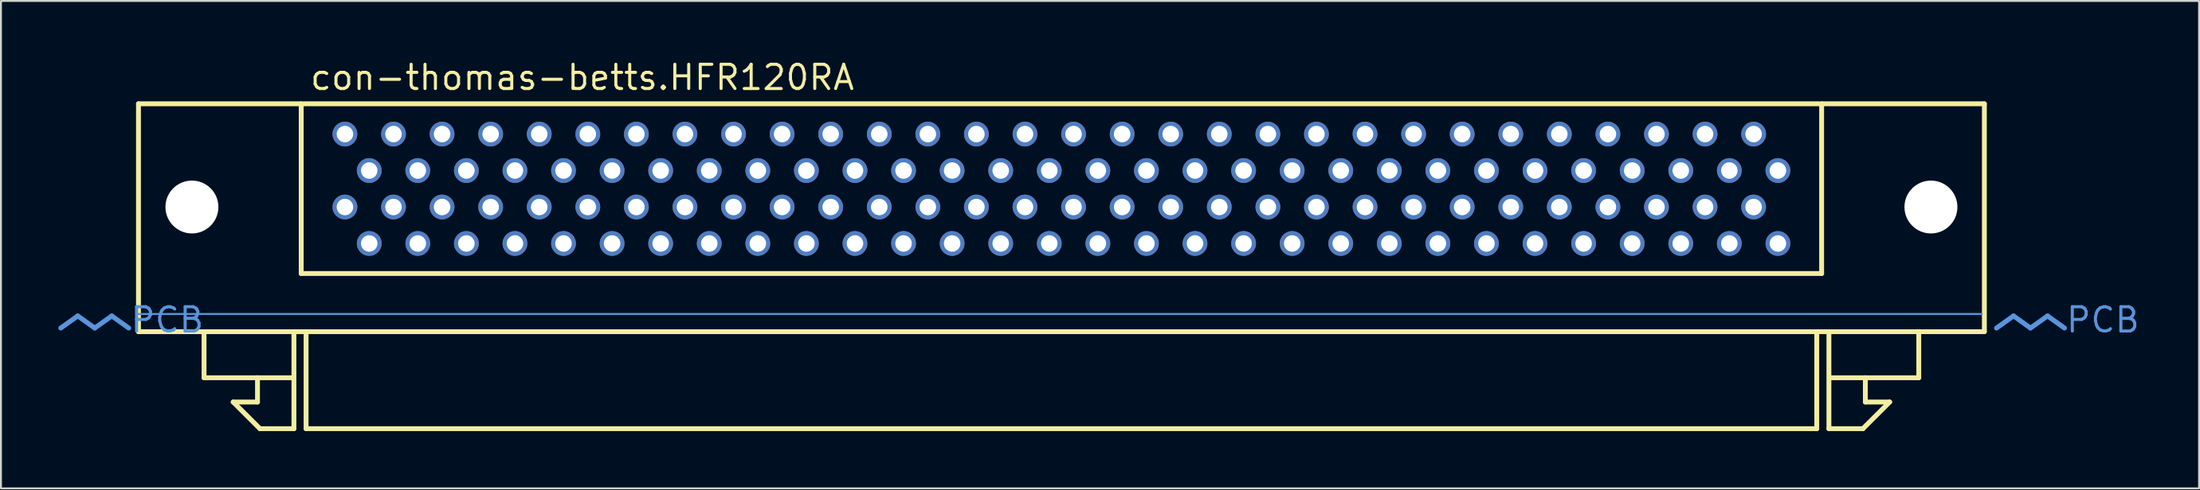
<source format=kicad_pcb>
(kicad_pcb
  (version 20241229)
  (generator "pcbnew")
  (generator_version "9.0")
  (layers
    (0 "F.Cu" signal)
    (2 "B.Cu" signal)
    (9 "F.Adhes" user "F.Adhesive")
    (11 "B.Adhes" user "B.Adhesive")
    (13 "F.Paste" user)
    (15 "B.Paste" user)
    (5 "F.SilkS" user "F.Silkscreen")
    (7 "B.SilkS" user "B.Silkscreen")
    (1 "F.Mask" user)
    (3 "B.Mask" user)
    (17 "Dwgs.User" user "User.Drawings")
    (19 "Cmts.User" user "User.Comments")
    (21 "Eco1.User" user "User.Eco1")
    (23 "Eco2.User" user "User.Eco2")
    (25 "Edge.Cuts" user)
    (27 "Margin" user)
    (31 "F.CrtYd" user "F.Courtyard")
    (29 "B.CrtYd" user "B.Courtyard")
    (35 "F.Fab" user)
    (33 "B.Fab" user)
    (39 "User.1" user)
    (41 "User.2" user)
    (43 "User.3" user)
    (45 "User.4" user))
  (footprint "con-thomas-betts.HFR120RA"
    (layer "F.Cu")
    (at 52.451 12.863)
    (property "Reference" "con-thomas-betts.HFR120RA" (at -39.37 -11.113 0) (layer "F.SilkS") (effects (font (size 1.27 1.27) (thickness 0.16)) (justify left bottom)))
    (attr through_hole)
    (fp_line (start -48.26 -10.477) (end -39.751 -10.477) (stroke (width 0.254) (type default)) (layer "F.SilkS"))
    (fp_line (start -48.26 1.46) (end -48.26 -10.477) (stroke (width 0.254) (type default)) (layer "F.SilkS"))
    (fp_line (start -44.831 3.873) (end -44.831 1.587) (stroke (width 0.254) (type default)) (layer "F.SilkS"))
    (fp_line (start -43.307 5.144) (end -42.037 5.144) (stroke (width 0.254) (type default)) (layer "F.SilkS"))
    (fp_line (start -42.037 3.873) (end -44.831 3.873) (stroke (width 0.254) (type default)) (layer "F.SilkS"))
    (fp_line (start -42.037 3.873) (end -40.259 3.873) (stroke (width 0.254) (type default)) (layer "F.SilkS"))
    (fp_line (start -42.037 5.144) (end -42.037 3.873) (stroke (width 0.254) (type default)) (layer "F.SilkS"))
    (fp_line (start -41.91 6.54) (end -43.307 5.144) (stroke (width 0.254) (type default)) (layer "F.SilkS"))
    (fp_line (start -40.132 1.587) (end -40.132 6.54) (stroke (width 0.254) (type default)) (layer "F.SilkS"))
    (fp_line (start -40.132 6.54) (end -41.91 6.54) (stroke (width 0.254) (type default)) (layer "F.SilkS"))
    (fp_line (start -39.751 -10.477) (end -39.751 -1.587) (stroke (width 0.254) (type default)) (layer "F.SilkS"))
    (fp_line (start -39.751 -1.587) (end 39.751 -1.587) (stroke (width 0.254) (type default)) (layer "F.SilkS"))
    (fp_line (start -39.624 -10.477) (end 39.624 -10.477) (stroke (width 0.254) (type default)) (layer "F.SilkS"))
    (fp_line (start -39.497 6.54) (end -39.497 1.587) (stroke (width 0.254) (type default)) (layer "F.SilkS"))
    (fp_line (start 39.497 1.587) (end 39.497 6.54) (stroke (width 0.254) (type default)) (layer "F.SilkS"))
    (fp_line (start 39.497 6.54) (end -39.497 6.54) (stroke (width 0.254) (type default)) (layer "F.SilkS"))
    (fp_line (start 39.751 -10.477) (end 48.26 -10.477) (stroke (width 0.254) (type default)) (layer "F.SilkS"))
    (fp_line (start 39.751 -1.587) (end 39.751 -10.477) (stroke (width 0.254) (type default)) (layer "F.SilkS"))
    (fp_line (start 40.132 1.587) (end 40.132 6.54) (stroke (width 0.254) (type default)) (layer "F.SilkS"))
    (fp_line (start 40.132 6.54) (end 41.91 6.54) (stroke (width 0.254) (type default)) (layer "F.SilkS"))
    (fp_line (start 41.91 6.54) (end 43.307 5.144) (stroke (width 0.254) (type default)) (layer "F.SilkS"))
    (fp_line (start 42.037 3.873) (end 40.259 3.873) (stroke (width 0.254) (type default)) (layer "F.SilkS"))
    (fp_line (start 42.037 3.873) (end 44.831 3.873) (stroke (width 0.254) (type default)) (layer "F.SilkS"))
    (fp_line (start 42.037 5.144) (end 42.037 3.873) (stroke (width 0.254) (type default)) (layer "F.SilkS"))
    (fp_line (start 43.307 5.144) (end 42.037 5.144) (stroke (width 0.254) (type default)) (layer "F.SilkS"))
    (fp_line (start 44.831 3.873) (end 44.831 1.587) (stroke (width 0.254) (type default)) (layer "F.SilkS"))
    (fp_line (start 48.26 -10.477) (end 48.26 1.46) (stroke (width 0.254) (type default)) (layer "F.SilkS"))
    (fp_line (start 48.26 1.46) (end -48.26 1.46) (stroke (width 0.254) (type default)) (layer "F.SilkS"))
    (fp_line (start -51.435 0.635) (end -52.324 1.27) (stroke (width 0.254) (type default)) (layer "Cmts.User"))
    (fp_line (start -51.435 0.635) (end -50.546 1.27) (stroke (width 0.254) (type default)) (layer "Cmts.User"))
    (fp_line (start -49.657 0.635) (end -50.546 1.27) (stroke (width 0.254) (type default)) (layer "Cmts.User"))
    (fp_line (start -49.657 0.635) (end -48.768 1.27) (stroke (width 0.254) (type default)) (layer "Cmts.User"))
    (fp_line (start -48.26 0.533) (end 48.133 0.533) (stroke (width 0.1) (type default)) (layer "Cmts.User"))
    (fp_line (start 49.784 0.635) (end 48.895 1.27) (stroke (width 0.254) (type default)) (layer "Cmts.User"))
    (fp_line (start 49.784 0.635) (end 50.673 1.27) (stroke (width 0.254) (type default)) (layer "Cmts.User"))
    (fp_line (start 51.562 0.635) (end 50.673 1.27) (stroke (width 0.254) (type default)) (layer "Cmts.User"))
    (fp_line (start 51.562 0.635) (end 52.451 1.27) (stroke (width 0.254) (type default)) (layer "Cmts.User"))
    (fp_text user "PCB" (at -48.768 1.587 180) (layer "Cmts.User") (effects (font (size 1.27 1.27) (thickness 0.16)) (justify left bottom)))
    (fp_text user "PCB" (at 52.451 1.587 180) (layer "Cmts.User") (effects (font (size 1.27 1.27) (thickness 0.16)) (justify left bottom)))
    (pad "" np_thru_hole circle (at -45.466 -5.07) (size 2.769 2.769) (drill 2.769) (layers "*.Cu" "*.Mask"))
    (pad "" np_thru_hole circle (at 45.466 -5.07) (size 2.769 2.769) (drill 2.769) (layers "*.Cu" "*.Mask"))
    (pad "1" thru_hole circle (at 37.465 -6.98) (size 1.295 1.295) (drill 0.864) (layers "*.Cu" "*.Mask"))
    (pad "2" thru_hole circle (at 36.195 -8.89) (size 1.295 1.295) (drill 0.864) (layers "*.Cu" "*.Mask"))
    (pad "3" thru_hole circle (at 34.925 -6.98) (size 1.295 1.295) (drill 0.864) (layers "*.Cu" "*.Mask"))
    (pad "4" thru_hole circle (at 33.655 -8.89) (size 1.295 1.295) (drill 0.864) (layers "*.Cu" "*.Mask"))
    (pad "5" thru_hole circle (at 32.385 -6.98) (size 1.295 1.295) (drill 0.864) (layers "*.Cu" "*.Mask"))
    (pad "6" thru_hole circle (at 31.115 -8.89) (size 1.295 1.295) (drill 0.864) (layers "*.Cu" "*.Mask"))
    (pad "7" thru_hole circle (at 29.845 -6.98) (size 1.295 1.295) (drill 0.864) (layers "*.Cu" "*.Mask"))
    (pad "8" thru_hole circle (at 28.575 -8.89) (size 1.295 1.295) (drill 0.864) (layers "*.Cu" "*.Mask"))
    (pad "9" thru_hole circle (at 27.305 -6.98) (size 1.295 1.295) (drill 0.864) (layers "*.Cu" "*.Mask"))
    (pad "10" thru_hole circle (at 26.035 -8.89) (size 1.295 1.295) (drill 0.864) (layers "*.Cu" "*.Mask"))
    (pad "11" thru_hole circle (at 24.765 -6.98) (size 1.295 1.295) (drill 0.864) (layers "*.Cu" "*.Mask"))
    (pad "12" thru_hole circle (at 23.495 -8.89) (size 1.295 1.295) (drill 0.864) (layers "*.Cu" "*.Mask"))
    (pad "13" thru_hole circle (at 22.225 -6.98) (size 1.295 1.295) (drill 0.864) (layers "*.Cu" "*.Mask"))
    (pad "14" thru_hole circle (at 20.955 -8.89) (size 1.295 1.295) (drill 0.864) (layers "*.Cu" "*.Mask"))
    (pad "15" thru_hole circle (at 19.685 -6.98) (size 1.295 1.295) (drill 0.864) (layers "*.Cu" "*.Mask"))
    (pad "16" thru_hole circle (at 18.415 -8.89) (size 1.295 1.295) (drill 0.864) (layers "*.Cu" "*.Mask"))
    (pad "17" thru_hole circle (at 17.145 -6.98) (size 1.295 1.295) (drill 0.864) (layers "*.Cu" "*.Mask"))
    (pad "18" thru_hole circle (at 15.875 -8.89) (size 1.295 1.295) (drill 0.864) (layers "*.Cu" "*.Mask"))
    (pad "19" thru_hole circle (at 14.605 -6.98) (size 1.295 1.295) (drill 0.864) (layers "*.Cu" "*.Mask"))
    (pad "20" thru_hole circle (at 13.335 -8.89) (size 1.295 1.295) (drill 0.864) (layers "*.Cu" "*.Mask"))
    (pad "21" thru_hole circle (at 12.065 -6.98) (size 1.295 1.295) (drill 0.864) (layers "*.Cu" "*.Mask"))
    (pad "22" thru_hole circle (at 10.795 -8.89) (size 1.295 1.295) (drill 0.864) (layers "*.Cu" "*.Mask"))
    (pad "23" thru_hole circle (at 9.525 -6.98) (size 1.295 1.295) (drill 0.864) (layers "*.Cu" "*.Mask"))
    (pad "24" thru_hole circle (at 8.255 -8.89) (size 1.295 1.295) (drill 0.864) (layers "*.Cu" "*.Mask"))
    (pad "25" thru_hole circle (at 6.985 -6.98) (size 1.295 1.295) (drill 0.864) (layers "*.Cu" "*.Mask"))
    (pad "26" thru_hole circle (at 5.715 -8.89) (size 1.295 1.295) (drill 0.864) (layers "*.Cu" "*.Mask"))
    (pad "27" thru_hole circle (at 4.445 -6.98) (size 1.295 1.295) (drill 0.864) (layers "*.Cu" "*.Mask"))
    (pad "28" thru_hole circle (at 3.175 -8.89) (size 1.295 1.295) (drill 0.864) (layers "*.Cu" "*.Mask"))
    (pad "29" thru_hole circle (at 1.905 -6.98) (size 1.295 1.295) (drill 0.864) (layers "*.Cu" "*.Mask"))
    (pad "30" thru_hole circle (at 0.635 -8.89) (size 1.295 1.295) (drill 0.864) (layers "*.Cu" "*.Mask"))
    (pad "31" thru_hole circle (at -0.635 -6.98) (size 1.295 1.295) (drill 0.864) (layers "*.Cu" "*.Mask"))
    (pad "32" thru_hole circle (at -1.905 -8.89) (size 1.295 1.295) (drill 0.864) (layers "*.Cu" "*.Mask"))
    (pad "33" thru_hole circle (at -3.175 -6.98) (size 1.295 1.295) (drill 0.864) (layers "*.Cu" "*.Mask"))
    (pad "34" thru_hole circle (at -4.445 -8.89) (size 1.295 1.295) (drill 0.864) (layers "*.Cu" "*.Mask"))
    (pad "35" thru_hole circle (at -5.715 -6.98) (size 1.295 1.295) (drill 0.864) (layers "*.Cu" "*.Mask"))
    (pad "36" thru_hole circle (at -6.985 -8.89) (size 1.295 1.295) (drill 0.864) (layers "*.Cu" "*.Mask"))
    (pad "37" thru_hole circle (at -8.255 -6.98) (size 1.295 1.295) (drill 0.864) (layers "*.Cu" "*.Mask"))
    (pad "38" thru_hole circle (at -9.525 -8.89) (size 1.295 1.295) (drill 0.864) (layers "*.Cu" "*.Mask"))
    (pad "39" thru_hole circle (at -10.795 -6.98) (size 1.295 1.295) (drill 0.864) (layers "*.Cu" "*.Mask"))
    (pad "40" thru_hole circle (at -12.065 -8.89) (size 1.295 1.295) (drill 0.864) (layers "*.Cu" "*.Mask"))
    (pad "41" thru_hole circle (at -13.335 -6.98) (size 1.295 1.295) (drill 0.864) (layers "*.Cu" "*.Mask"))
    (pad "42" thru_hole circle (at -14.605 -8.89) (size 1.295 1.295) (drill 0.864) (layers "*.Cu" "*.Mask"))
    (pad "43" thru_hole circle (at -15.875 -6.98) (size 1.295 1.295) (drill 0.864) (layers "*.Cu" "*.Mask"))
    (pad "44" thru_hole circle (at -17.145 -8.89) (size 1.295 1.295) (drill 0.864) (layers "*.Cu" "*.Mask"))
    (pad "45" thru_hole circle (at -18.415 -6.98) (size 1.295 1.295) (drill 0.864) (layers "*.Cu" "*.Mask"))
    (pad "46" thru_hole circle (at -19.685 -8.89) (size 1.295 1.295) (drill 0.864) (layers "*.Cu" "*.Mask"))
    (pad "47" thru_hole circle (at -20.955 -6.98) (size 1.295 1.295) (drill 0.864) (layers "*.Cu" "*.Mask"))
    (pad "48" thru_hole circle (at -22.225 -8.89) (size 1.295 1.295) (drill 0.864) (layers "*.Cu" "*.Mask"))
    (pad "49" thru_hole circle (at -23.495 -6.98) (size 1.295 1.295) (drill 0.864) (layers "*.Cu" "*.Mask"))
    (pad "50" thru_hole circle (at -24.765 -8.89) (size 1.295 1.295) (drill 0.864) (layers "*.Cu" "*.Mask"))
    (pad "51" thru_hole circle (at -26.035 -6.98) (size 1.295 1.295) (drill 0.864) (layers "*.Cu" "*.Mask"))
    (pad "52" thru_hole circle (at -27.305 -8.89) (size 1.295 1.295) (drill 0.864) (layers "*.Cu" "*.Mask"))
    (pad "53" thru_hole circle (at -28.575 -6.98) (size 1.295 1.295) (drill 0.864) (layers "*.Cu" "*.Mask"))
    (pad "54" thru_hole circle (at -29.845 -8.89) (size 1.295 1.295) (drill 0.864) (layers "*.Cu" "*.Mask"))
    (pad "55" thru_hole circle (at -31.115 -6.98) (size 1.295 1.295) (drill 0.864) (layers "*.Cu" "*.Mask"))
    (pad "56" thru_hole circle (at -32.385 -8.89) (size 1.295 1.295) (drill 0.864) (layers "*.Cu" "*.Mask"))
    (pad "57" thru_hole circle (at -33.655 -6.98) (size 1.295 1.295) (drill 0.864) (layers "*.Cu" "*.Mask"))
    (pad "58" thru_hole circle (at -34.925 -8.89) (size 1.295 1.295) (drill 0.864) (layers "*.Cu" "*.Mask"))
    (pad "59" thru_hole circle (at -36.195 -6.98) (size 1.295 1.295) (drill 0.864) (layers "*.Cu" "*.Mask"))
    (pad "60" thru_hole circle (at -37.465 -8.89) (size 1.295 1.295) (drill 0.864) (layers "*.Cu" "*.Mask"))
    (pad "61" thru_hole circle (at 37.465 -3.16) (size 1.295 1.295) (drill 0.864) (layers "*.Cu" "*.Mask"))
    (pad "62" thru_hole circle (at 36.195 -5.07) (size 1.295 1.295) (drill 0.864) (layers "*.Cu" "*.Mask"))
    (pad "63" thru_hole circle (at 34.925 -3.16) (size 1.295 1.295) (drill 0.864) (layers "*.Cu" "*.Mask"))
    (pad "64" thru_hole circle (at 33.655 -5.07) (size 1.295 1.295) (drill 0.864) (layers "*.Cu" "*.Mask"))
    (pad "65" thru_hole circle (at 32.385 -3.16) (size 1.295 1.295) (drill 0.864) (layers "*.Cu" "*.Mask"))
    (pad "66" thru_hole circle (at 31.115 -5.07) (size 1.295 1.295) (drill 0.864) (layers "*.Cu" "*.Mask"))
    (pad "67" thru_hole circle (at 29.845 -3.16) (size 1.295 1.295) (drill 0.864) (layers "*.Cu" "*.Mask"))
    (pad "68" thru_hole circle (at 28.575 -5.07) (size 1.295 1.295) (drill 0.864) (layers "*.Cu" "*.Mask"))
    (pad "69" thru_hole circle (at 27.305 -3.16) (size 1.295 1.295) (drill 0.864) (layers "*.Cu" "*.Mask"))
    (pad "70" thru_hole circle (at 26.035 -5.07) (size 1.295 1.295) (drill 0.864) (layers "*.Cu" "*.Mask"))
    (pad "71" thru_hole circle (at 24.765 -3.16) (size 1.295 1.295) (drill 0.864) (layers "*.Cu" "*.Mask"))
    (pad "72" thru_hole circle (at 23.495 -5.07) (size 1.295 1.295) (drill 0.864) (layers "*.Cu" "*.Mask"))
    (pad "73" thru_hole circle (at 22.225 -3.16) (size 1.295 1.295) (drill 0.864) (layers "*.Cu" "*.Mask"))
    (pad "74" thru_hole circle (at 20.955 -5.07) (size 1.295 1.295) (drill 0.864) (layers "*.Cu" "*.Mask"))
    (pad "75" thru_hole circle (at 19.685 -3.16) (size 1.295 1.295) (drill 0.864) (layers "*.Cu" "*.Mask"))
    (pad "76" thru_hole circle (at 18.415 -5.07) (size 1.295 1.295) (drill 0.864) (layers "*.Cu" "*.Mask"))
    (pad "77" thru_hole circle (at 17.145 -3.16) (size 1.295 1.295) (drill 0.864) (layers "*.Cu" "*.Mask"))
    (pad "78" thru_hole circle (at 15.875 -5.07) (size 1.295 1.295) (drill 0.864) (layers "*.Cu" "*.Mask"))
    (pad "79" thru_hole circle (at 14.605 -3.16) (size 1.295 1.295) (drill 0.864) (layers "*.Cu" "*.Mask"))
    (pad "80" thru_hole circle (at 13.335 -5.07) (size 1.295 1.295) (drill 0.864) (layers "*.Cu" "*.Mask"))
    (pad "81" thru_hole circle (at 12.065 -3.16) (size 1.295 1.295) (drill 0.864) (layers "*.Cu" "*.Mask"))
    (pad "82" thru_hole circle (at 10.795 -5.07) (size 1.295 1.295) (drill 0.864) (layers "*.Cu" "*.Mask"))
    (pad "83" thru_hole circle (at 9.525 -3.16) (size 1.295 1.295) (drill 0.864) (layers "*.Cu" "*.Mask"))
    (pad "84" thru_hole circle (at 8.255 -5.07) (size 1.295 1.295) (drill 0.864) (layers "*.Cu" "*.Mask"))
    (pad "85" thru_hole circle (at 6.985 -3.16) (size 1.295 1.295) (drill 0.864) (layers "*.Cu" "*.Mask"))
    (pad "86" thru_hole circle (at 5.715 -5.07) (size 1.295 1.295) (drill 0.864) (layers "*.Cu" "*.Mask"))
    (pad "87" thru_hole circle (at 4.445 -3.16) (size 1.295 1.295) (drill 0.864) (layers "*.Cu" "*.Mask"))
    (pad "88" thru_hole circle (at 3.175 -5.07) (size 1.295 1.295) (drill 0.864) (layers "*.Cu" "*.Mask"))
    (pad "89" thru_hole circle (at 1.905 -3.16) (size 1.295 1.295) (drill 0.864) (layers "*.Cu" "*.Mask"))
    (pad "90" thru_hole circle (at 0.635 -5.07) (size 1.295 1.295) (drill 0.864) (layers "*.Cu" "*.Mask"))
    (pad "91" thru_hole circle (at -0.635 -3.16) (size 1.295 1.295) (drill 0.864) (layers "*.Cu" "*.Mask"))
    (pad "92" thru_hole circle (at -1.905 -5.07) (size 1.295 1.295) (drill 0.864) (layers "*.Cu" "*.Mask"))
    (pad "93" thru_hole circle (at -3.175 -3.16) (size 1.295 1.295) (drill 0.864) (layers "*.Cu" "*.Mask"))
    (pad "94" thru_hole circle (at -4.445 -5.07) (size 1.295 1.295) (drill 0.864) (layers "*.Cu" "*.Mask"))
    (pad "95" thru_hole circle (at -5.715 -3.16) (size 1.295 1.295) (drill 0.864) (layers "*.Cu" "*.Mask"))
    (pad "96" thru_hole circle (at -6.985 -5.07) (size 1.295 1.295) (drill 0.864) (layers "*.Cu" "*.Mask"))
    (pad "97" thru_hole circle (at -8.255 -3.16) (size 1.295 1.295) (drill 0.864) (layers "*.Cu" "*.Mask"))
    (pad "98" thru_hole circle (at -9.525 -5.07) (size 1.295 1.295) (drill 0.864) (layers "*.Cu" "*.Mask"))
    (pad "99" thru_hole circle (at -10.795 -3.16) (size 1.295 1.295) (drill 0.864) (layers "*.Cu" "*.Mask"))
    (pad "100" thru_hole circle (at -12.065 -5.07) (size 1.295 1.295) (drill 0.864) (layers "*.Cu" "*.Mask"))
    (pad "101" thru_hole circle (at -13.335 -3.16) (size 1.295 1.295) (drill 0.864) (layers "*.Cu" "*.Mask"))
    (pad "102" thru_hole circle (at -14.605 -5.07) (size 1.295 1.295) (drill 0.864) (layers "*.Cu" "*.Mask"))
    (pad "103" thru_hole circle (at -15.875 -3.16) (size 1.295 1.295) (drill 0.864) (layers "*.Cu" "*.Mask"))
    (pad "104" thru_hole circle (at -17.145 -5.07) (size 1.295 1.295) (drill 0.864) (layers "*.Cu" "*.Mask"))
    (pad "105" thru_hole circle (at -18.415 -3.16) (size 1.295 1.295) (drill 0.864) (layers "*.Cu" "*.Mask"))
    (pad "106" thru_hole circle (at -19.685 -5.07) (size 1.295 1.295) (drill 0.864) (layers "*.Cu" "*.Mask"))
    (pad "107" thru_hole circle (at -20.955 -3.16) (size 1.295 1.295) (drill 0.864) (layers "*.Cu" "*.Mask"))
    (pad "108" thru_hole circle (at -22.225 -5.07) (size 1.295 1.295) (drill 0.864) (layers "*.Cu" "*.Mask"))
    (pad "109" thru_hole circle (at -23.495 -3.16) (size 1.295 1.295) (drill 0.864) (layers "*.Cu" "*.Mask"))
    (pad "110" thru_hole circle (at -24.765 -5.07) (size 1.295 1.295) (drill 0.864) (layers "*.Cu" "*.Mask"))
    (pad "111" thru_hole circle (at -26.035 -3.16) (size 1.295 1.295) (drill 0.864) (layers "*.Cu" "*.Mask"))
    (pad "112" thru_hole circle (at -27.305 -5.07) (size 1.295 1.295) (drill 0.864) (layers "*.Cu" "*.Mask"))
    (pad "113" thru_hole circle (at -28.575 -3.16) (size 1.295 1.295) (drill 0.864) (layers "*.Cu" "*.Mask"))
    (pad "114" thru_hole circle (at -29.845 -5.07) (size 1.295 1.295) (drill 0.864) (layers "*.Cu" "*.Mask"))
    (pad "115" thru_hole circle (at -31.115 -3.16) (size 1.295 1.295) (drill 0.864) (layers "*.Cu" "*.Mask"))
    (pad "116" thru_hole circle (at -32.385 -5.07) (size 1.295 1.295) (drill 0.864) (layers "*.Cu" "*.Mask"))
    (pad "117" thru_hole circle (at -33.655 -3.16) (size 1.295 1.295) (drill 0.864) (layers "*.Cu" "*.Mask"))
    (pad "118" thru_hole circle (at -34.925 -5.07) (size 1.295 1.295) (drill 0.864) (layers "*.Cu" "*.Mask"))
    (pad "119" thru_hole circle (at -36.195 -3.16) (size 1.295 1.295) (drill 0.864) (layers "*.Cu" "*.Mask"))
    (pad "120" thru_hole circle (at -37.465 -5.07) (size 1.295 1.295) (drill 0.864) (layers "*.Cu" "*.Mask")))
  (gr_rect
    (start -3 -3)
    (end 111.938 22.53)
    (stroke (width 0.1) (type default))
    (fill no)
    (layer "Edge.Cuts")))
</source>
